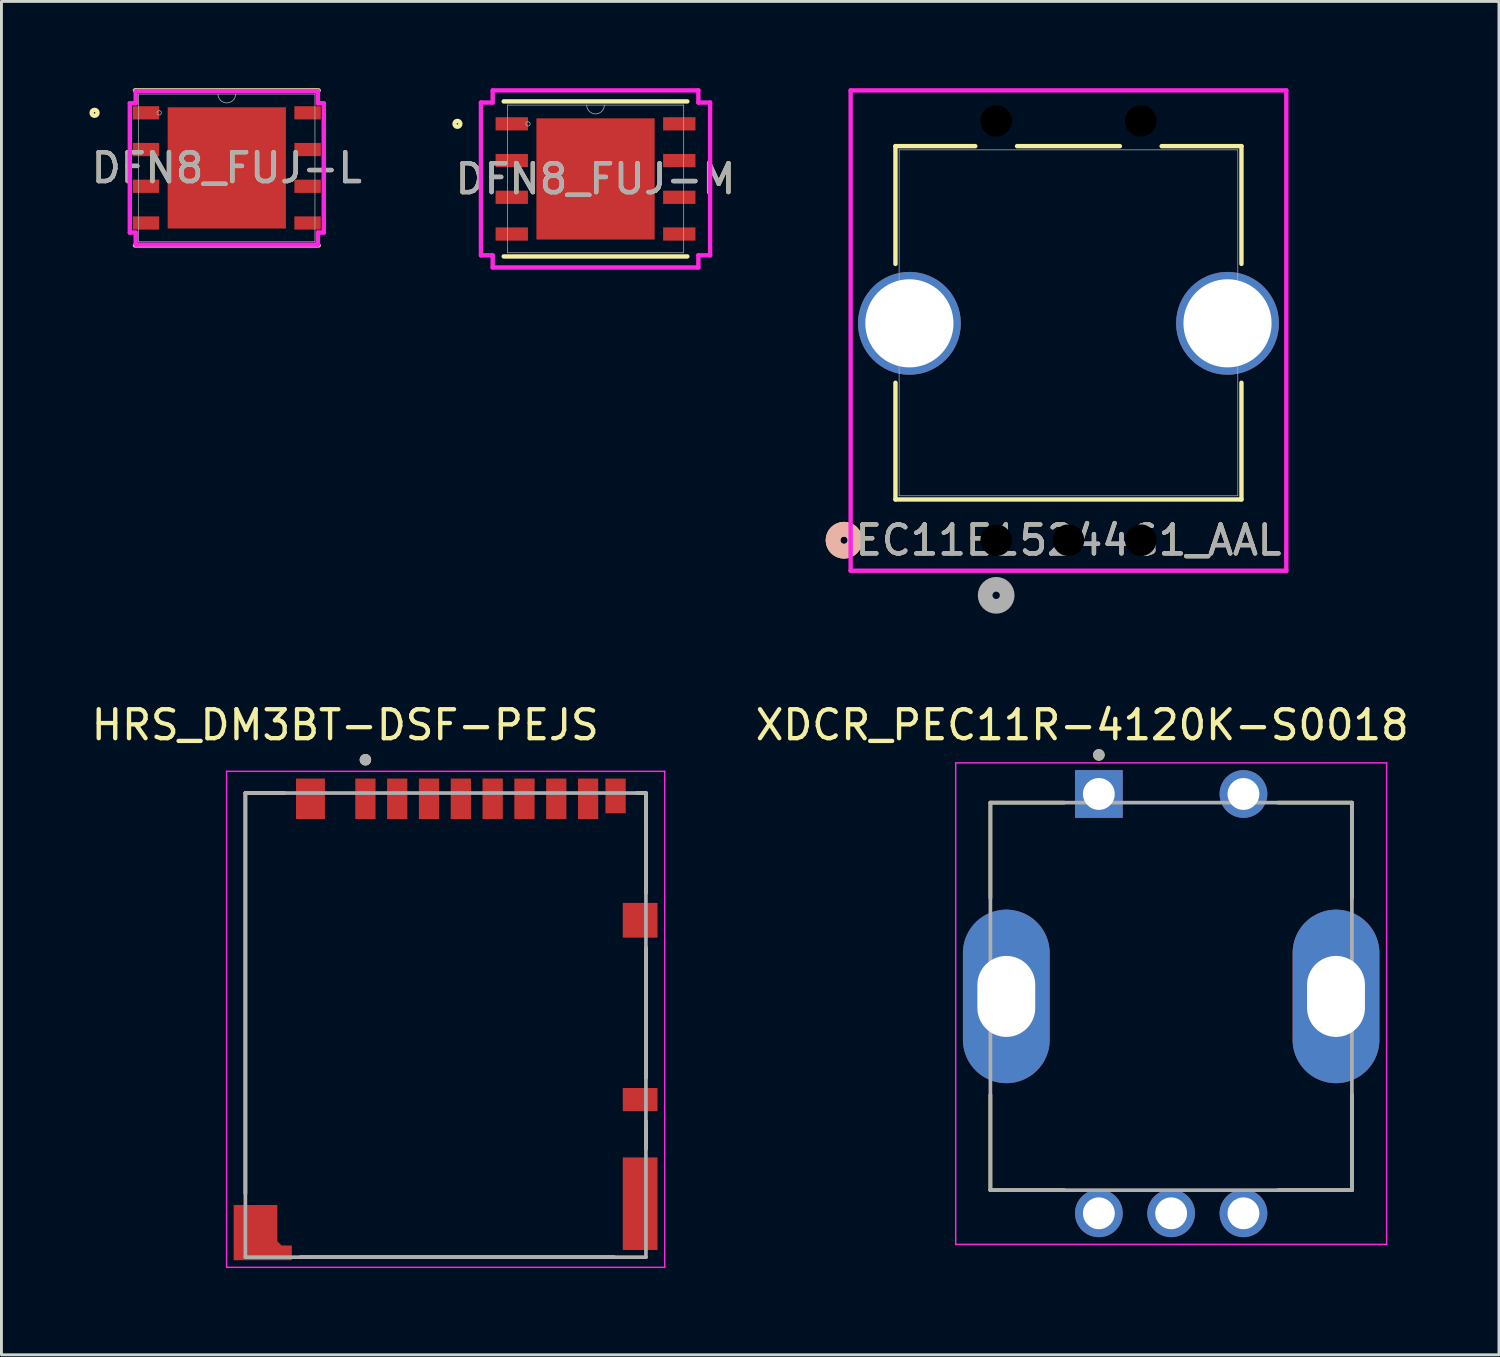
<source format=kicad_pcb>
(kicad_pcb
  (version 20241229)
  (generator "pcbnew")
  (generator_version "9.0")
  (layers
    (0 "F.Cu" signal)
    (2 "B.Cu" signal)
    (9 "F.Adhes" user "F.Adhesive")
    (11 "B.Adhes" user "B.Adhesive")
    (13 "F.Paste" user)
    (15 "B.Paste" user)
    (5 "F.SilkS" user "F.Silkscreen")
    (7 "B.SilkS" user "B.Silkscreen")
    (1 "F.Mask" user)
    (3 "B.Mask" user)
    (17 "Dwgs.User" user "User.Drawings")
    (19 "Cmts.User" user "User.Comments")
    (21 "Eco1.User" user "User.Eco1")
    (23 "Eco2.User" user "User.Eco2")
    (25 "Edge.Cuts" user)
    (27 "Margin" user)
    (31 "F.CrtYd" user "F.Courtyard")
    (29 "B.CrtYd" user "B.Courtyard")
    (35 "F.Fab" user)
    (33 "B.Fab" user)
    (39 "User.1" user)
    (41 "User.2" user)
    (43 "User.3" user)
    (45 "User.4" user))
  (footprint "DFN8_FUJ-M"
    (layer "F.Cu")
    (at 17.542 3.137)
    (property "Reference" "DFN8_FUJ-M" (at 0 0 0) (unlocked yes) (layer "F.SilkS") (effects (font (size 1 1) (thickness 0.15))))
    (attr smd)
    (fp_line (start -3.175 2.68) (end 3.175 2.68) (stroke (width 0.152) (type solid)) (layer "F.SilkS"))
    (fp_line (start 3.175 -2.68) (end -3.175 -2.68) (stroke (width 0.152) (type solid)) (layer "F.SilkS"))
    (fp_circle (center -4.775 -1.905) (end -4.674 -1.905) (stroke (width 0.152) (type solid)) (fill no) (layer "F.SilkS"))
    (fp_poly (pts (xy -1.945 -1.996) (xy -1.945 -0.798) (xy -0.782 -0.798) (xy -0.782 -1.996)) (stroke (width 0) (type solid)) (fill yes) (layer "F.Paste"))
    (fp_poly (pts (xy -1.945 -0.599) (xy -1.945 0.599) (xy -0.782 0.599) (xy -0.782 -0.599)) (stroke (width 0) (type solid)) (fill yes) (layer "F.Paste"))
    (fp_poly (pts (xy -1.945 0.798) (xy -1.945 1.996) (xy -0.782 1.996) (xy -0.782 0.798)) (stroke (width 0) (type solid)) (fill yes) (layer "F.Paste"))
    (fp_poly (pts (xy -0.582 -1.996) (xy -0.582 -0.798) (xy 0.582 -0.798) (xy 0.582 -1.996)) (stroke (width 0) (type solid)) (fill yes) (layer "F.Paste"))
    (fp_poly (pts (xy -0.582 -0.599) (xy -0.582 0.599) (xy 0.582 0.599) (xy 0.582 -0.599)) (stroke (width 0) (type solid)) (fill yes) (layer "F.Paste"))
    (fp_poly (pts (xy -0.582 0.798) (xy -0.582 1.996) (xy 0.582 1.996) (xy 0.582 0.798)) (stroke (width 0) (type solid)) (fill yes) (layer "F.Paste"))
    (fp_poly (pts (xy 0.782 -1.996) (xy 0.782 -0.798) (xy 1.945 -0.798) (xy 1.945 -1.996)) (stroke (width 0) (type solid)) (fill yes) (layer "F.Paste"))
    (fp_poly (pts (xy 0.782 -0.599) (xy 0.782 0.599) (xy 1.945 0.599) (xy 1.945 -0.599)) (stroke (width 0) (type solid)) (fill yes) (layer "F.Paste"))
    (fp_poly (pts (xy 0.782 0.798) (xy 0.782 1.996) (xy 1.945 1.996) (xy 1.945 0.798)) (stroke (width 0) (type solid)) (fill yes) (layer "F.Paste"))
    (fp_line (start -3.962 -2.642) (end -3.556 -2.642) (stroke (width 0.152) (type solid)) (layer "F.CrtYd"))
    (fp_line (start -3.962 2.642) (end -3.962 -2.642) (stroke (width 0.152) (type solid)) (layer "F.CrtYd"))
    (fp_line (start -3.962 2.642) (end -3.556 2.642) (stroke (width 0.152) (type solid)) (layer "F.CrtYd"))
    (fp_line (start -3.556 -3.061) (end 3.556 -3.061) (stroke (width 0.152) (type solid)) (layer "F.CrtYd"))
    (fp_line (start -3.556 -2.642) (end -3.556 -3.061) (stroke (width 0.152) (type solid)) (layer "F.CrtYd"))
    (fp_line (start -3.556 3.061) (end -3.556 2.642) (stroke (width 0.152) (type solid)) (layer "F.CrtYd"))
    (fp_line (start 3.556 -3.061) (end 3.556 -2.642) (stroke (width 0.152) (type solid)) (layer "F.CrtYd"))
    (fp_line (start 3.556 2.642) (end 3.556 3.061) (stroke (width 0.152) (type solid)) (layer "F.CrtYd"))
    (fp_line (start 3.556 3.061) (end -3.556 3.061) (stroke (width 0.152) (type solid)) (layer "F.CrtYd"))
    (fp_line (start 3.962 -2.642) (end 3.556 -2.642) (stroke (width 0.152) (type solid)) (layer "F.CrtYd"))
    (fp_line (start 3.962 -2.642) (end 3.962 2.642) (stroke (width 0.152) (type solid)) (layer "F.CrtYd"))
    (fp_line (start 3.962 2.642) (end 3.556 2.642) (stroke (width 0.152) (type solid)) (layer "F.CrtYd"))
    (fp_line (start -3.048 -2.553) (end -3.048 2.553) (stroke (width 0.025) (type solid)) (layer "F.Fab"))
    (fp_line (start -3.048 2.553) (end 3.048 2.553) (stroke (width 0.025) (type solid)) (layer "F.Fab"))
    (fp_line (start 3.048 -2.553) (end -3.048 -2.553) (stroke (width 0.025) (type solid)) (layer "F.Fab"))
    (fp_line (start 3.048 2.553) (end 3.048 -2.553) (stroke (width 0.025) (type solid)) (layer "F.Fab"))
    (fp_arc (start 0.3048 -2.5527) (mid 0 -2.2479) (end -0.3048 -2.5527) (stroke (width 0.0254) (type solid)) (layer "F.Fab"))
    (fp_circle (center -2.337 -1.905) (end -2.261 -1.905) (stroke (width 0.025) (type solid)) (fill no) (layer "F.Fab"))
    (fp_text user "${REFERENCE}" (at 0 0 0) (unlocked yes) (layer "F.Fab") (effects (font (size 1 1) (thickness 0.15))))
    (pad "1" smd rect (at -2.896 -1.905) (size 1.118 0.457) (layers "F.Cu" "F.Mask" "F.Paste"))
    (pad "2" smd rect (at -2.896 -0.635) (size 1.118 0.457) (layers "F.Cu" "F.Mask" "F.Paste"))
    (pad "3" smd rect (at -2.896 0.635) (size 1.118 0.457) (layers "F.Cu" "F.Mask" "F.Paste"))
    (pad "4" smd rect (at -2.896 1.905) (size 1.118 0.457) (layers "F.Cu" "F.Mask" "F.Paste"))
    (pad "5" smd rect (at 2.896 1.905) (size 1.118 0.457) (layers "F.Cu" "F.Mask" "F.Paste"))
    (pad "6" smd rect (at 2.896 0.635) (size 1.118 0.457) (layers "F.Cu" "F.Mask" "F.Paste"))
    (pad "7" smd rect (at 2.896 -0.635) (size 1.118 0.457) (layers "F.Cu" "F.Mask" "F.Paste"))
    (pad "8" smd rect (at 2.896 -1.905) (size 1.118 0.457) (layers "F.Cu" "F.Mask" "F.Paste"))
    (pad "9" smd rect (at 0 0) (size 4.089 4.191) (layers "F.Cu" "F.Mask" "F.Paste")))
  (footprint "XDCR_PEC11R-4120K-S0018"
    (layer "F.Cu")
    (at 37.446 31.404)
    (property "Reference" "XDCR_PEC11R-4120K-S0018" (at -3.075 -9.385 0) (layer "F.SilkS") (effects (font (size 1 1) (thickness 0.15))))
    (attr through_hole)
    (fp_line (start -6.25 -6.7) (end -3.7 -6.7) (stroke (width 0.127) (type solid)) (layer "F.SilkS"))
    (fp_line (start -6.25 -3.4) (end -6.25 -6.7) (stroke (width 0.127) (type solid)) (layer "F.SilkS"))
    (fp_line (start -6.25 3.4) (end -6.25 6.7) (stroke (width 0.127) (type solid)) (layer "F.SilkS"))
    (fp_line (start -6.25 6.7) (end -3.7 6.7) (stroke (width 0.127) (type solid)) (layer "F.SilkS"))
    (fp_line (start 3.7 -6.7) (end 6.25 -6.7) (stroke (width 0.127) (type solid)) (layer "F.SilkS"))
    (fp_line (start 3.7 6.7) (end 6.25 6.7) (stroke (width 0.127) (type solid)) (layer "F.SilkS"))
    (fp_line (start 6.25 -6.7) (end 6.25 -3.4) (stroke (width 0.127) (type solid)) (layer "F.SilkS"))
    (fp_line (start 6.25 6.7) (end 6.25 3.4) (stroke (width 0.127) (type solid)) (layer "F.SilkS"))
    (fp_circle (center -2.5 -8.35) (end -2.4 -8.35) (stroke (width 0.2) (type solid)) (fill no) (layer "F.SilkS"))
    (fp_line (start -7.45 -8.075) (end -7.45 8.575) (stroke (width 0.05) (type solid)) (layer "F.CrtYd"))
    (fp_line (start -7.45 8.575) (end 7.45 8.575) (stroke (width 0.05) (type solid)) (layer "F.CrtYd"))
    (fp_line (start 7.45 -8.075) (end -7.45 -8.075) (stroke (width 0.05) (type solid)) (layer "F.CrtYd"))
    (fp_line (start 7.45 8.575) (end 7.45 -8.075) (stroke (width 0.05) (type solid)) (layer "F.CrtYd"))
    (fp_line (start -6.25 -6.7) (end 6.25 -6.7) (stroke (width 0.127) (type solid)) (layer "F.Fab"))
    (fp_line (start -6.25 6.7) (end -6.25 -6.7) (stroke (width 0.127) (type solid)) (layer "F.Fab"))
    (fp_line (start 6.25 -6.7) (end 6.25 6.7) (stroke (width 0.127) (type solid)) (layer "F.Fab"))
    (fp_line (start 6.25 6.7) (end -6.25 6.7) (stroke (width 0.127) (type solid)) (layer "F.Fab"))
    (fp_circle (center -2.5 -8.35) (end -2.4 -8.35) (stroke (width 0.2) (type solid)) (fill no) (layer "F.Fab"))
    (pad "1" thru_hole rect (at -2.5 -7) (size 1.65 1.65) (drill 1.1) (layers "*.Cu" "*.Mask"))
    (pad "2" thru_hole circle (at 2.5 -7) (size 1.65 1.65) (drill 1.1) (layers "*.Cu" "*.Mask"))
    (pad "A" thru_hole circle (at -2.5 7.5) (size 1.65 1.65) (drill 1.1) (layers "*.Cu" "*.Mask"))
    (pad "B" thru_hole circle (at 2.5 7.5) (size 1.65 1.65) (drill 1.1) (layers "*.Cu" "*.Mask"))
    (pad "C" thru_hole circle (at 0 7.5) (size 1.65 1.65) (drill 1.1) (layers "*.Cu" "*.Mask"))
    (pad "SH1" thru_hole oval (at -5.7 0) (size 3 6) (drill oval 2 2.8) (layers "*.Cu" "*.Mask"))
    (pad "SH2" thru_hole oval (at 5.7 0) (size 3 6) (drill oval 2 2.8) (layers "*.Cu" "*.Mask")))
  (footprint "HRS_DM3BT-DSF-PEJS"
    (layer "F.Cu")
    (at 12.36 25.271)
    (property "Reference" "HRS_DM3BT-DSF-PEJS" (at -3.473 -3.252 0) (layer "F.SilkS") (effects (font (size 1 1) (thickness 0.15))))
    (attr smd)
    (fp_poly (pts (xy -7.425 13.25) (xy -5.725 13.25) (xy -5.725 14.5) (xy -5.575 14.65) (xy -5.225 14.65) (xy -5.225 15.35) (xy -7.425 15.35)) (stroke (width 0.01) (type solid)) (fill yes) (layer "F.Mask"))
    (fp_line (start -6.925 12.95) (end -6.925 -0.9) (stroke (width 0.127) (type solid)) (layer "F.SilkS"))
    (fp_line (start -5.575 -0.9) (end -6.925 -0.9) (stroke (width 0.127) (type solid)) (layer "F.SilkS"))
    (fp_line (start 5.825 15.15) (end -5.025 15.15) (stroke (width 0.127) (type solid)) (layer "F.SilkS"))
    (fp_line (start 6.625 -0.9) (end 6.925 -0.9) (stroke (width 0.127) (type solid)) (layer "F.SilkS"))
    (fp_line (start 6.925 -0.9) (end 6.925 2.55) (stroke (width 0.127) (type solid)) (layer "F.SilkS"))
    (fp_line (start 6.925 4.45) (end 6.925 8.95) (stroke (width 0.127) (type solid)) (layer "F.SilkS"))
    (fp_line (start 6.925 11.4) (end 6.925 10.45) (stroke (width 0.127) (type solid)) (layer "F.SilkS"))
    (fp_circle (center -2.775 -2.05) (end -2.675 -2.05) (stroke (width 0.2) (type solid)) (fill no) (layer "F.SilkS"))
    (fp_poly (pts (xy -7.325 13.35) (xy -5.825 13.35) (xy -5.825 14.6) (xy -5.675 14.75) (xy -5.325 14.75) (xy -5.325 15.25) (xy -7.325 15.25)) (stroke (width 0.01) (type solid)) (fill yes) (layer "F.Paste"))
    (fp_line (start -7.575 -1.65) (end 7.575 -1.65) (stroke (width 0.05) (type solid)) (layer "F.CrtYd"))
    (fp_line (start -7.575 15.5) (end -7.575 -1.65) (stroke (width 0.05) (type solid)) (layer "F.CrtYd"))
    (fp_line (start 7.575 -1.65) (end 7.575 15.5) (stroke (width 0.05) (type solid)) (layer "F.CrtYd"))
    (fp_line (start 7.575 15.5) (end -7.575 15.5) (stroke (width 0.05) (type solid)) (layer "F.CrtYd"))
    (fp_line (start -6.925 -0.9) (end -6.925 15.15) (stroke (width 0.127) (type solid)) (layer "F.Fab"))
    (fp_line (start -6.925 15.15) (end 6.925 15.15) (stroke (width 0.127) (type solid)) (layer "F.Fab"))
    (fp_line (start 6.925 -0.9) (end -6.925 -0.9) (stroke (width 0.127) (type solid)) (layer "F.Fab"))
    (fp_line (start 6.925 15.15) (end 6.925 -0.9) (stroke (width 0.127) (type solid)) (layer "F.Fab"))
    (fp_circle (center -2.775 -2.05) (end -2.675 -2.05) (stroke (width 0.2) (type solid)) (fill no) (layer "F.Fab"))
    (pad "1" smd rect (at -2.775 -0.7) (size 0.7 1.4) (layers "F.Cu" "F.Mask" "F.Paste"))
    (pad "2" smd rect (at -1.675 -0.7) (size 0.7 1.4) (layers "F.Cu" "F.Mask" "F.Paste"))
    (pad "3" smd rect (at -0.575 -0.7) (size 0.7 1.4) (layers "F.Cu" "F.Mask" "F.Paste"))
    (pad "4" smd rect (at 0.525 -0.7) (size 0.7 1.4) (layers "F.Cu" "F.Mask" "F.Paste"))
    (pad "5" smd rect (at 1.625 -0.7) (size 0.7 1.4) (layers "F.Cu" "F.Mask" "F.Paste"))
    (pad "6" smd rect (at 2.725 -0.7) (size 0.7 1.4) (layers "F.Cu" "F.Mask" "F.Paste"))
    (pad "7" smd rect (at 3.825 -0.7) (size 0.7 1.4) (layers "F.Cu" "F.Mask" "F.Paste"))
    (pad "8" smd rect (at 4.925 -0.7) (size 0.7 1.4) (layers "F.Cu" "F.Mask" "F.Paste"))
    (pad "S1" smd rect (at -4.675 -0.7) (size 1 1.4) (layers "F.Cu" "F.Mask" "F.Paste"))
    (pad "S2" smd rect (at 6.725 3.5) (size 1.2 1.2) (layers "F.Cu" "F.Mask" "F.Paste"))
    (pad "S3" smd rect (at 6.725 13.3) (size 1.2 3.2) (layers "F.Cu" "F.Mask" "F.Paste"))
    (pad "S4" smd custom (at -6.575 14.3) (size 1.5 1.9) (layers "F.Cu") (options (anchor rect)) (primitives (gr_poly (pts (xy -0.75 -0.95) (xy 0.75 -0.95) (xy 0.75 0.3) (xy 0.9 0.45) (xy 1.25 0.45) (xy 1.25 0.95) (xy -0.75 0.95)) (width 0.01) (fill yes))))
    (pad "SW-A" smd rect (at 6.725 9.7) (size 1.2 0.8) (layers "F.Cu" "F.Mask" "F.Paste"))
    (pad "SW-B" smd rect (at 5.875 -0.8) (size 0.7 1.2) (layers "F.Cu" "F.Mask" "F.Paste"))
    (zone (net_name "") (layer "F.Cu") (hatch full 0.508) (connect_pads) (min_thickness 0.01) (filled_areas_thickness no) (keepout (tracks not_allowed) (vias not_allowed) (pads not_allowed) (copperpour not_allowed) (footprints allowed)) (placement (enabled no)) (fill) (polygon (pts (xy 18.835 24.921) (xy 19.585 24.921) (xy 19.585 28.171) (xy 18.835 28.171))))
    (zone (net_name "") (layer "F.Cu") (hatch full 0.508) (connect_pads) (min_thickness 0.01) (filled_areas_thickness no) (keepout (tracks not_allowed) (vias not_allowed) (pads not_allowed) (copperpour not_allowed) (footprints allowed)) (placement (enabled no)) (fill) (polygon (pts (xy 18.835 29.371) (xy 19.585 29.371) (xy 19.585 32.971) (xy 18.835 32.971))))
    (zone (net_name "") (layers "F.Cu" "B.Cu") (hatch full 0.508) (connect_pads) (min_thickness 0.01) (filled_areas_thickness no) (keepout (tracks allowed) (vias not_allowed) (pads allowed) (copperpour allowed) (footprints allowed)) (placement (enabled no)) (fill) (polygon (pts (xy 18.835 24.921) (xy 19.585 24.921) (xy 19.585 28.171) (xy 18.835 28.171))))
    (zone (net_name "") (layers "F.Cu" "B.Cu") (hatch full 0.508) (connect_pads) (min_thickness 0.01) (filled_areas_thickness no) (keepout (tracks allowed) (vias not_allowed) (pads allowed) (copperpour allowed) (footprints allowed)) (placement (enabled no)) (fill) (polygon (pts (xy 18.835 29.371) (xy 19.585 29.371) (xy 19.585 32.971) (xy 18.835 32.971)))))
  (footprint "DFN8_FUJ-L"
    (layer "F.Cu")
    (at 4.792 2.756)
    (property "Reference" "DFN8_FUJ-L" (at 0 0 0) (unlocked yes) (layer "F.SilkS") (effects (font (size 1 1) (thickness 0.15))))
    (attr smd)
    (fp_line (start -3.175 2.68) (end 3.175 2.68) (stroke (width 0.152) (type solid)) (layer "F.SilkS"))
    (fp_line (start 3.175 -2.68) (end -3.175 -2.68) (stroke (width 0.152) (type solid)) (layer "F.SilkS"))
    (fp_circle (center -4.572 -1.905) (end -4.47 -1.905) (stroke (width 0.152) (type solid)) (fill no) (layer "F.SilkS"))
    (fp_poly (pts (xy -1.945 -1.996) (xy -1.945 -0.798) (xy -0.782 -0.798) (xy -0.782 -1.996)) (stroke (width 0) (type solid)) (fill yes) (layer "F.Paste"))
    (fp_poly (pts (xy -1.945 -0.599) (xy -1.945 0.599) (xy -0.782 0.599) (xy -0.782 -0.599)) (stroke (width 0) (type solid)) (fill yes) (layer "F.Paste"))
    (fp_poly (pts (xy -1.945 0.798) (xy -1.945 1.996) (xy -0.782 1.996) (xy -0.782 0.798)) (stroke (width 0) (type solid)) (fill yes) (layer "F.Paste"))
    (fp_poly (pts (xy -0.582 -1.996) (xy -0.582 -0.798) (xy 0.582 -0.798) (xy 0.582 -1.996)) (stroke (width 0) (type solid)) (fill yes) (layer "F.Paste"))
    (fp_poly (pts (xy -0.582 -0.599) (xy -0.582 0.599) (xy 0.582 0.599) (xy 0.582 -0.599)) (stroke (width 0) (type solid)) (fill yes) (layer "F.Paste"))
    (fp_poly (pts (xy -0.582 0.798) (xy -0.582 1.996) (xy 0.582 1.996) (xy 0.582 0.798)) (stroke (width 0) (type solid)) (fill yes) (layer "F.Paste"))
    (fp_poly (pts (xy 0.782 -1.996) (xy 0.782 -0.798) (xy 1.945 -0.798) (xy 1.945 -1.996)) (stroke (width 0) (type solid)) (fill yes) (layer "F.Paste"))
    (fp_poly (pts (xy 0.782 -0.599) (xy 0.782 0.599) (xy 1.945 0.599) (xy 1.945 -0.599)) (stroke (width 0) (type solid)) (fill yes) (layer "F.Paste"))
    (fp_poly (pts (xy 0.782 0.798) (xy 0.782 1.996) (xy 1.945 1.996) (xy 1.945 0.798)) (stroke (width 0) (type solid)) (fill yes) (layer "F.Paste"))
    (fp_line (start -3.353 -2.235) (end -3.15 -2.235) (stroke (width 0.152) (type solid)) (layer "F.CrtYd"))
    (fp_line (start -3.353 2.235) (end -3.353 -2.235) (stroke (width 0.152) (type solid)) (layer "F.CrtYd"))
    (fp_line (start -3.353 2.235) (end -3.15 2.235) (stroke (width 0.152) (type solid)) (layer "F.CrtYd"))
    (fp_line (start -3.15 -2.654) (end 3.15 -2.654) (stroke (width 0.152) (type solid)) (layer "F.CrtYd"))
    (fp_line (start -3.15 -2.235) (end -3.15 -2.654) (stroke (width 0.152) (type solid)) (layer "F.CrtYd"))
    (fp_line (start -3.15 2.654) (end -3.15 2.235) (stroke (width 0.152) (type solid)) (layer "F.CrtYd"))
    (fp_line (start 3.15 -2.654) (end 3.15 -2.235) (stroke (width 0.152) (type solid)) (layer "F.CrtYd"))
    (fp_line (start 3.15 2.235) (end 3.15 2.654) (stroke (width 0.152) (type solid)) (layer "F.CrtYd"))
    (fp_line (start 3.15 2.654) (end -3.15 2.654) (stroke (width 0.152) (type solid)) (layer "F.CrtYd"))
    (fp_line (start 3.353 -2.235) (end 3.15 -2.235) (stroke (width 0.152) (type solid)) (layer "F.CrtYd"))
    (fp_line (start 3.353 -2.235) (end 3.353 2.235) (stroke (width 0.152) (type solid)) (layer "F.CrtYd"))
    (fp_line (start 3.353 2.235) (end 3.15 2.235) (stroke (width 0.152) (type solid)) (layer "F.CrtYd"))
    (fp_line (start -3.048 -2.553) (end -3.048 2.553) (stroke (width 0.025) (type solid)) (layer "F.Fab"))
    (fp_line (start -3.048 2.553) (end 3.048 2.553) (stroke (width 0.025) (type solid)) (layer "F.Fab"))
    (fp_line (start 3.048 -2.553) (end -3.048 -2.553) (stroke (width 0.025) (type solid)) (layer "F.Fab"))
    (fp_line (start 3.048 2.553) (end 3.048 -2.553) (stroke (width 0.025) (type solid)) (layer "F.Fab"))
    (fp_arc (start 0.3048 -2.5527) (mid 0 -2.2479) (end -0.3048 -2.5527) (stroke (width 0.0254) (type solid)) (layer "F.Fab"))
    (fp_circle (center -2.337 -1.905) (end -2.261 -1.905) (stroke (width 0.025) (type solid)) (fill no) (layer "F.Fab"))
    (fp_text user "${REFERENCE}" (at 0 0 0) (unlocked yes) (layer "F.Fab") (effects (font (size 1 1) (thickness 0.15))))
    (pad "1" smd rect (at -2.794 -1.905) (size 0.914 0.457) (layers "F.Cu" "F.Mask" "F.Paste"))
    (pad "2" smd rect (at -2.794 -0.635) (size 0.914 0.457) (layers "F.Cu" "F.Mask" "F.Paste"))
    (pad "3" smd rect (at -2.794 0.635) (size 0.914 0.457) (layers "F.Cu" "F.Mask" "F.Paste"))
    (pad "4" smd rect (at -2.794 1.905) (size 0.914 0.457) (layers "F.Cu" "F.Mask" "F.Paste"))
    (pad "5" smd rect (at 2.794 1.905) (size 0.914 0.457) (layers "F.Cu" "F.Mask" "F.Paste"))
    (pad "6" smd rect (at 2.794 0.635) (size 0.914 0.457) (layers "F.Cu" "F.Mask" "F.Paste"))
    (pad "7" smd rect (at 2.794 -0.635) (size 0.914 0.457) (layers "F.Cu" "F.Mask" "F.Paste"))
    (pad "8" smd rect (at 2.794 -1.905) (size 0.914 0.457) (layers "F.Cu" "F.Mask" "F.Paste"))
    (pad "9" smd rect (at 0 0) (size 4.089 4.191) (layers "F.Cu" "F.Mask" "F.Paste")))
  (footprint "EC11E15244G1_AAL"
    (layer "F.Cu")
    (at 31.395 15.63)
    (property "Reference" "EC11E15244G1_AAL" (at 2.5 0 0) (unlocked yes) (layer "F.SilkS") (effects (font (size 1 1) (thickness 0.15))))
    (attr through_hole)
    (fp_line (start -3.482 -13.627) (end -3.482 -9.555) (stroke (width 0.152) (type solid)) (layer "F.SilkS"))
    (fp_line (start -3.482 -5.445) (end -3.482 -1.41) (stroke (width 0.152) (type solid)) (layer "F.SilkS"))
    (fp_line (start -3.482 -1.41) (end 8.482 -1.41) (stroke (width 0.152) (type solid)) (layer "F.SilkS"))
    (fp_line (start -0.722 -13.627) (end -3.482 -13.627) (stroke (width 0.152) (type solid)) (layer "F.SilkS"))
    (fp_line (start 4.278 -13.627) (end 0.722 -13.627) (stroke (width 0.152) (type solid)) (layer "F.SilkS"))
    (fp_line (start 8.482 -13.627) (end 5.722 -13.627) (stroke (width 0.152) (type solid)) (layer "F.SilkS"))
    (fp_line (start 8.482 -9.555) (end 8.482 -13.627) (stroke (width 0.152) (type solid)) (layer "F.SilkS"))
    (fp_line (start 8.482 -1.41) (end 8.482 -5.445) (stroke (width 0.152) (type solid)) (layer "F.SilkS"))
    (fp_circle (center -5.26 0) (end -4.879 0) (stroke (width 0.508) (type solid)) (fill no) (layer "F.SilkS"))
    (fp_circle (center -5.26 0) (end -4.879 0) (stroke (width 0.508) (type solid)) (fill no) (layer "B.SilkS"))
    (fp_line (start -5.032 -15.554) (end -5.032 1.054) (stroke (width 0.152) (type solid)) (layer "F.CrtYd"))
    (fp_line (start -5.032 1.054) (end 10.032 1.054) (stroke (width 0.152) (type solid)) (layer "F.CrtYd"))
    (fp_line (start 10.032 -15.554) (end -5.032 -15.554) (stroke (width 0.152) (type solid)) (layer "F.CrtYd"))
    (fp_line (start 10.032 1.054) (end 10.032 -15.554) (stroke (width 0.152) (type solid)) (layer "F.CrtYd"))
    (fp_line (start -3.355 -13.5) (end -3.355 -1.537) (stroke (width 0.025) (type solid)) (layer "F.Fab"))
    (fp_line (start -3.355 -1.537) (end 8.355 -1.537) (stroke (width 0.025) (type solid)) (layer "F.Fab"))
    (fp_line (start 8.355 -13.5) (end -3.355 -13.5) (stroke (width 0.025) (type solid)) (layer "F.Fab"))
    (fp_line (start 8.355 -1.537) (end 8.355 -13.5) (stroke (width 0.025) (type solid)) (layer "F.Fab"))
    (fp_circle (center 0 1.905) (end 0.381 1.905) (stroke (width 0.508) (type solid)) (fill no) (layer "F.Fab"))
    (fp_text user "${REFERENCE}" (at 2.5 0 0) (unlocked yes) (layer "F.Fab") (effects (font (size 1 1) (thickness 0.15))))
    (pad "" np_thru_hole circle (at 0 -14.5) (size 1.6 1.6) (drill 1.092) (layers))
    (pad "" np_thru_hole circle (at 0 0) (size 1.6 1.6) (drill 1.092) (layers))
    (pad "" np_thru_hole circle (at 2.5 0) (size 1.6 1.6) (drill 1.092) (layers))
    (pad "" np_thru_hole circle (at 5 -14.5) (size 1.6 1.6) (drill 1.092) (layers))
    (pad "" np_thru_hole circle (at 5 0) (size 1.6 1.6) (drill 1.092) (layers))
    (pad "6" thru_hole circle (at -3 -7.5) (size 3.556 3.556) (drill 3.048) (layers "*.Cu" "*.Mask"))
    (pad "7" thru_hole circle (at 8 -7.5) (size 3.556 3.556) (drill 3.048) (layers "*.Cu" "*.Mask")))
  (gr_rect
    (start -3 -3)
    (end 48.781 43.796)
    (stroke (width 0.1) (type default))
    (fill no)
    (layer "Edge.Cuts")))
</source>
